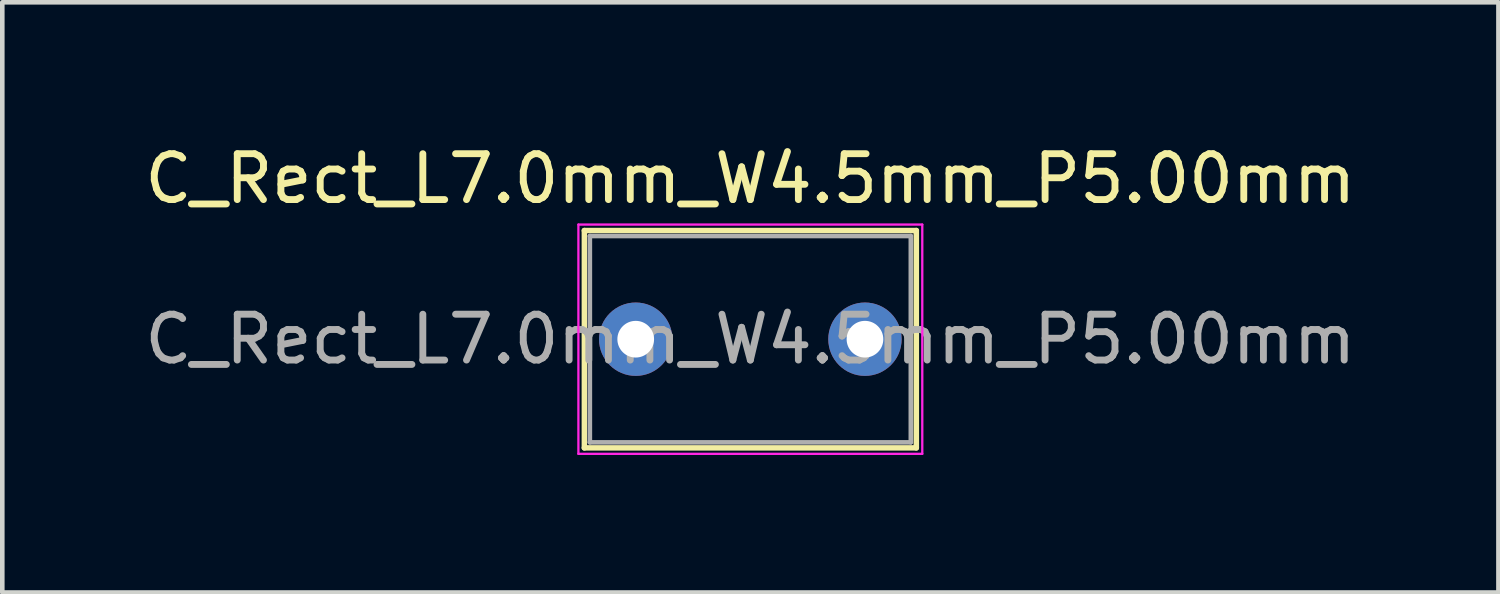
<source format=kicad_pcb>
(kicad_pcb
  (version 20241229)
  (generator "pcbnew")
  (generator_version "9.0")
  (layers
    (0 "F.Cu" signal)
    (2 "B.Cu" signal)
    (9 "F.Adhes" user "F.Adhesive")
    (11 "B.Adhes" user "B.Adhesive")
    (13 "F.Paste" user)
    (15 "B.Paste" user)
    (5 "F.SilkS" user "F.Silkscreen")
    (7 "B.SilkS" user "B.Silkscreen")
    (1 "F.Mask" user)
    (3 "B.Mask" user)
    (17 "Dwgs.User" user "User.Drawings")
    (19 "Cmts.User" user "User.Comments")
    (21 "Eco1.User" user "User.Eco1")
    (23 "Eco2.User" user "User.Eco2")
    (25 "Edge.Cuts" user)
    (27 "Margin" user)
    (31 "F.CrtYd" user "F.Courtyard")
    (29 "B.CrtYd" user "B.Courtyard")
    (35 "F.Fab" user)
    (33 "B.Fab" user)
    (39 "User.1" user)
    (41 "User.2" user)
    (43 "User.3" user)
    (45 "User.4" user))
  (footprint "C_Rect_L7.0mm_W4.5mm_P5.00mm"
    (layer "F.Cu")
    (at 10.815 4.348)
    (property "Reference" "C_Rect_L7.0mm_W4.5mm_P5.00mm" (at 2.5 -3.5 0) (layer "F.SilkS") (effects (font (size 1 1) (thickness 0.15))))
    (attr through_hole)
    (fp_line (start -1.12 -2.37) (end -1.12 2.37) (stroke (width 0.12) (type solid)) (layer "F.SilkS"))
    (fp_line (start -1.12 -2.37) (end 6.12 -2.37) (stroke (width 0.12) (type solid)) (layer "F.SilkS"))
    (fp_line (start -1.12 2.37) (end 6.12 2.37) (stroke (width 0.12) (type solid)) (layer "F.SilkS"))
    (fp_line (start 6.12 -2.37) (end 6.12 2.37) (stroke (width 0.12) (type solid)) (layer "F.SilkS"))
    (fp_line (start -1.25 -2.5) (end -1.25 2.5) (stroke (width 0.05) (type solid)) (layer "F.CrtYd"))
    (fp_line (start -1.25 2.5) (end 6.25 2.5) (stroke (width 0.05) (type solid)) (layer "F.CrtYd"))
    (fp_line (start 6.25 -2.5) (end -1.25 -2.5) (stroke (width 0.05) (type solid)) (layer "F.CrtYd"))
    (fp_line (start 6.25 2.5) (end 6.25 -2.5) (stroke (width 0.05) (type solid)) (layer "F.CrtYd"))
    (fp_line (start -1 -2.25) (end -1 2.25) (stroke (width 0.1) (type solid)) (layer "F.Fab"))
    (fp_line (start -1 2.25) (end 6 2.25) (stroke (width 0.1) (type solid)) (layer "F.Fab"))
    (fp_line (start 6 -2.25) (end -1 -2.25) (stroke (width 0.1) (type solid)) (layer "F.Fab"))
    (fp_line (start 6 2.25) (end 6 -2.25) (stroke (width 0.1) (type solid)) (layer "F.Fab"))
    (fp_text user "${REFERENCE}" (at 2.5 0 0) (layer "F.Fab") (effects (font (size 1 1) (thickness 0.15))))
    (pad "1" thru_hole circle (at 0 0) (size 1.6 1.6) (drill 0.8) (layers "*.Cu" "*.Mask"))
    (pad "2" thru_hole circle (at 5 0) (size 1.6 1.6) (drill 0.8) (layers "*.Cu" "*.Mask")))
  (gr_rect
    (start -3 -3)
    (end 29.631 9.873)
    (stroke (width 0.1) (type default))
    (fill no)
    (layer "Edge.Cuts")))
</source>
